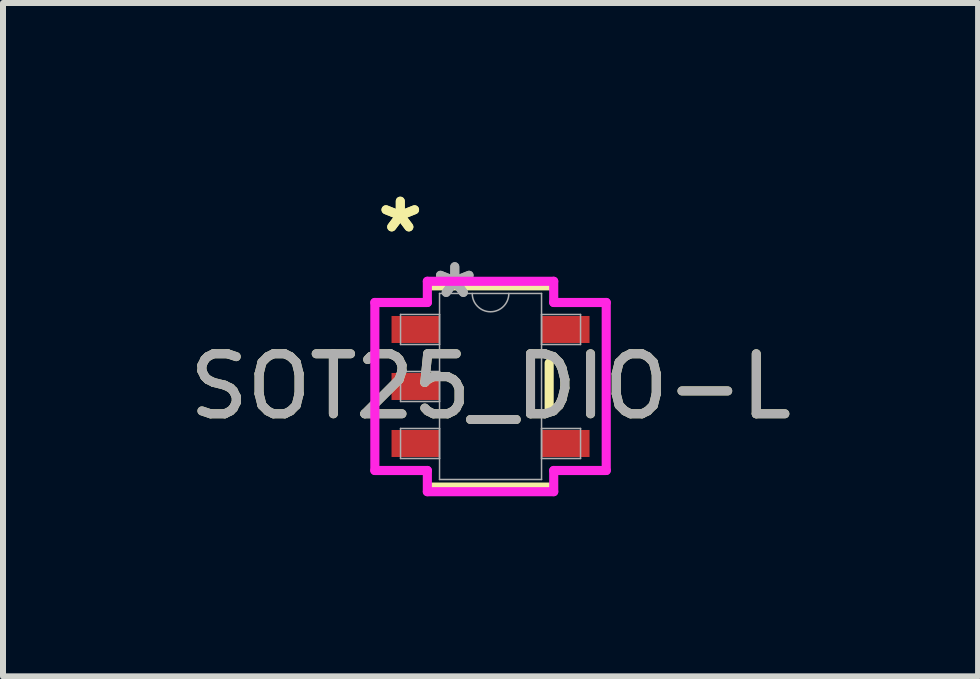
<source format=kicad_pcb>
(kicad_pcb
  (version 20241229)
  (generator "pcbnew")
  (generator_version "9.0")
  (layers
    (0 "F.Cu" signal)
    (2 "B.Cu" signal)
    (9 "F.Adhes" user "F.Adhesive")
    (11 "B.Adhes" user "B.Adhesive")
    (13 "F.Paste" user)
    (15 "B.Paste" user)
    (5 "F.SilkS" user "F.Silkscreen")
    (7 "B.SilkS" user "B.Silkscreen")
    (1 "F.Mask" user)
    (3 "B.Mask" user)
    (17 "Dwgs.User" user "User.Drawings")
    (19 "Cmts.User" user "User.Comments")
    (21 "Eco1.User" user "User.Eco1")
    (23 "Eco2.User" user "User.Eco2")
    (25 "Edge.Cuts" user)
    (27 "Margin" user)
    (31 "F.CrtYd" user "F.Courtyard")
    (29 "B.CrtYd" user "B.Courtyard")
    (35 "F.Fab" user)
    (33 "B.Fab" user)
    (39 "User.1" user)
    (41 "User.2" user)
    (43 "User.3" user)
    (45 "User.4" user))
  (footprint "SOT25_DIO-L"
    (layer "F.Cu")
    (at 5.125 3.391)
    (property "Reference" "SOT25_DIO-L" (at 0 0 0) (unlocked yes) (layer "F.SilkS") (effects (font (size 1 1) (thickness 0.15))))
    (attr smd)
    (fp_line (start -0.977 1.677) (end 0.977 1.677) (stroke (width 0.152) (type solid)) (layer "F.SilkS"))
    (fp_line (start 0.977 -1.677) (end -0.977 -1.677) (stroke (width 0.152) (type solid)) (layer "F.SilkS"))
    (fp_line (start 0.977 0.392) (end 0.977 -0.392) (stroke (width 0.152) (type solid)) (layer "F.SilkS"))
    (fp_line (start -1.928 -1.4) (end -1.053 -1.4) (stroke (width 0.152) (type solid)) (layer "F.CrtYd"))
    (fp_line (start -1.928 1.4) (end -1.928 -1.4) (stroke (width 0.152) (type solid)) (layer "F.CrtYd"))
    (fp_line (start -1.053 -1.753) (end 1.053 -1.753) (stroke (width 0.152) (type solid)) (layer "F.CrtYd"))
    (fp_line (start -1.053 -1.4) (end -1.053 -1.753) (stroke (width 0.152) (type solid)) (layer "F.CrtYd"))
    (fp_line (start -1.053 1.4) (end -1.928 1.4) (stroke (width 0.152) (type solid)) (layer "F.CrtYd"))
    (fp_line (start -1.053 1.753) (end -1.053 1.4) (stroke (width 0.152) (type solid)) (layer "F.CrtYd"))
    (fp_line (start 1.053 -1.753) (end 1.053 -1.4) (stroke (width 0.152) (type solid)) (layer "F.CrtYd"))
    (fp_line (start 1.053 -1.4) (end 1.928 -1.4) (stroke (width 0.152) (type solid)) (layer "F.CrtYd"))
    (fp_line (start 1.053 1.4) (end 1.053 1.753) (stroke (width 0.152) (type solid)) (layer "F.CrtYd"))
    (fp_line (start 1.053 1.753) (end -1.053 1.753) (stroke (width 0.152) (type solid)) (layer "F.CrtYd"))
    (fp_line (start 1.928 -1.4) (end 1.928 1.4) (stroke (width 0.152) (type solid)) (layer "F.CrtYd"))
    (fp_line (start 1.928 1.4) (end 1.053 1.4) (stroke (width 0.152) (type solid)) (layer "F.CrtYd"))
    (fp_line (start -1.5 -1.2) (end -1.5 -0.7) (stroke (width 0.025) (type solid)) (layer "F.Fab"))
    (fp_line (start -1.5 -0.7) (end -0.85 -0.7) (stroke (width 0.025) (type solid)) (layer "F.Fab"))
    (fp_line (start -1.5 -0.25) (end -1.5 0.25) (stroke (width 0.025) (type solid)) (layer "F.Fab"))
    (fp_line (start -1.5 0.25) (end -0.85 0.25) (stroke (width 0.025) (type solid)) (layer "F.Fab"))
    (fp_line (start -1.5 0.7) (end -1.5 1.2) (stroke (width 0.025) (type solid)) (layer "F.Fab"))
    (fp_line (start -1.5 1.2) (end -0.85 1.2) (stroke (width 0.025) (type solid)) (layer "F.Fab"))
    (fp_line (start -0.85 -1.55) (end -0.85 1.55) (stroke (width 0.025) (type solid)) (layer "F.Fab"))
    (fp_line (start -0.85 -1.2) (end -1.5 -1.2) (stroke (width 0.025) (type solid)) (layer "F.Fab"))
    (fp_line (start -0.85 -0.7) (end -0.85 -1.2) (stroke (width 0.025) (type solid)) (layer "F.Fab"))
    (fp_line (start -0.85 -0.25) (end -1.5 -0.25) (stroke (width 0.025) (type solid)) (layer "F.Fab"))
    (fp_line (start -0.85 0.25) (end -0.85 -0.25) (stroke (width 0.025) (type solid)) (layer "F.Fab"))
    (fp_line (start -0.85 0.7) (end -1.5 0.7) (stroke (width 0.025) (type solid)) (layer "F.Fab"))
    (fp_line (start -0.85 1.2) (end -0.85 0.7) (stroke (width 0.025) (type solid)) (layer "F.Fab"))
    (fp_line (start -0.85 1.55) (end 0.85 1.55) (stroke (width 0.025) (type solid)) (layer "F.Fab"))
    (fp_line (start 0.85 -1.55) (end -0.85 -1.55) (stroke (width 0.025) (type solid)) (layer "F.Fab"))
    (fp_line (start 0.85 -1.2) (end 0.85 -0.7) (stroke (width 0.025) (type solid)) (layer "F.Fab"))
    (fp_line (start 0.85 -0.7) (end 1.5 -0.7) (stroke (width 0.025) (type solid)) (layer "F.Fab"))
    (fp_line (start 0.85 0.7) (end 0.85 1.2) (stroke (width 0.025) (type solid)) (layer "F.Fab"))
    (fp_line (start 0.85 1.2) (end 1.5 1.2) (stroke (width 0.025) (type solid)) (layer "F.Fab"))
    (fp_line (start 0.85 1.55) (end 0.85 -1.55) (stroke (width 0.025) (type solid)) (layer "F.Fab"))
    (fp_line (start 1.5 -1.2) (end 0.85 -1.2) (stroke (width 0.025) (type solid)) (layer "F.Fab"))
    (fp_line (start 1.5 -0.7) (end 1.5 -1.2) (stroke (width 0.025) (type solid)) (layer "F.Fab"))
    (fp_line (start 1.5 0.7) (end 0.85 0.7) (stroke (width 0.025) (type solid)) (layer "F.Fab"))
    (fp_line (start 1.5 1.2) (end 1.5 0.7) (stroke (width 0.025) (type solid)) (layer "F.Fab"))
    (fp_arc (start 0.3048 -1.549999) (mid 0 -1.245199) (end -0.3048 -1.549999) (stroke (width 0.0254) (type solid)) (layer "F.Fab"))
    (fp_text user "*" (at -1.504 -2.543 0) (layer "F.SilkS") (effects (font (size 1 1) (thickness 0.15))))
    (fp_text user "*" (at -1.504 -2.543 0) (unlocked yes) (layer "F.SilkS") (effects (font (size 1 1) (thickness 0.15))))
    (fp_text user "*" (at -0.596 -1.451 0) (unlocked yes) (layer "F.Fab") (effects (font (size 1 1) (thickness 0.15))))
    (fp_text user "*" (at -0.596 -1.451 0) (layer "F.Fab") (effects (font (size 1 1) (thickness 0.15))))
    (fp_text user "${REFERENCE}" (at 0 0 0) (unlocked yes) (layer "F.Fab") (effects (font (size 1 1) (thickness 0.15))))
    (pad "1" smd rect (at -1.25 -0.95) (size 0.8 0.45) (layers "F.Cu" "F.Mask" "F.Paste"))
    (pad "2" smd rect (at -1.25 0) (size 0.8 0.45) (layers "F.Cu" "F.Mask" "F.Paste"))
    (pad "3" smd rect (at -1.25 0.95) (size 0.8 0.45) (layers "F.Cu" "F.Mask" "F.Paste"))
    (pad "4" smd rect (at 1.25 0.95) (size 0.8 0.45) (layers "F.Cu" "F.Mask" "F.Paste"))
    (pad "5" smd rect (at 1.25 -0.95) (size 0.8 0.45) (layers "F.Cu" "F.Mask" "F.Paste")))
  (gr_rect
    (start -3 -3)
    (end 13.25 8.221)
    (stroke (width 0.1) (type default))
    (fill no)
    (layer "Edge.Cuts")))
</source>
